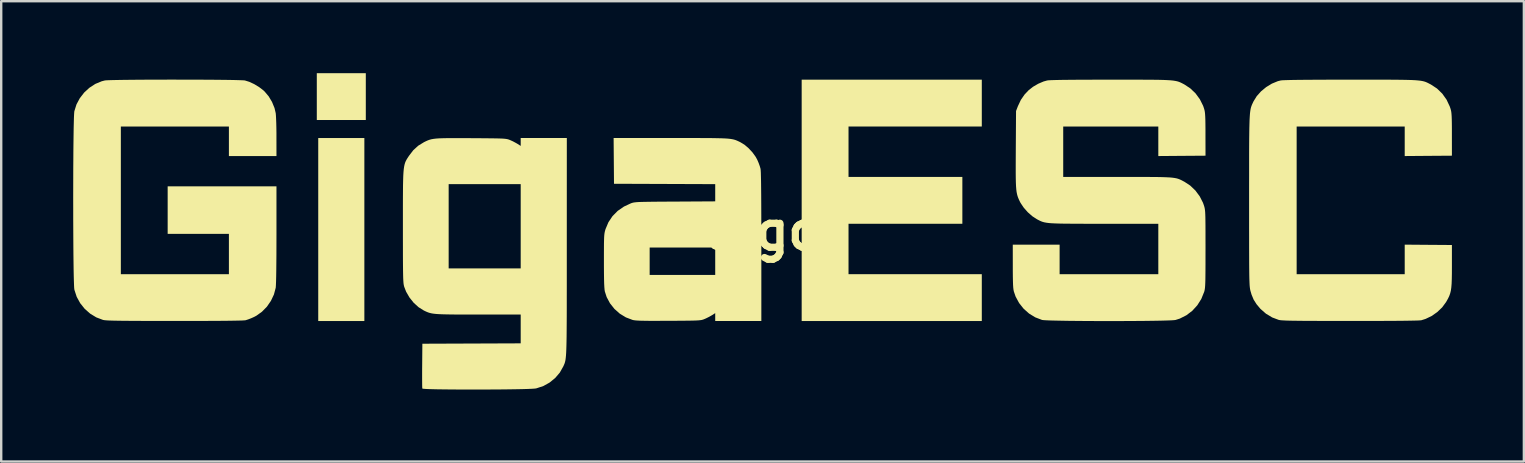
<source format=kicad_pcb>
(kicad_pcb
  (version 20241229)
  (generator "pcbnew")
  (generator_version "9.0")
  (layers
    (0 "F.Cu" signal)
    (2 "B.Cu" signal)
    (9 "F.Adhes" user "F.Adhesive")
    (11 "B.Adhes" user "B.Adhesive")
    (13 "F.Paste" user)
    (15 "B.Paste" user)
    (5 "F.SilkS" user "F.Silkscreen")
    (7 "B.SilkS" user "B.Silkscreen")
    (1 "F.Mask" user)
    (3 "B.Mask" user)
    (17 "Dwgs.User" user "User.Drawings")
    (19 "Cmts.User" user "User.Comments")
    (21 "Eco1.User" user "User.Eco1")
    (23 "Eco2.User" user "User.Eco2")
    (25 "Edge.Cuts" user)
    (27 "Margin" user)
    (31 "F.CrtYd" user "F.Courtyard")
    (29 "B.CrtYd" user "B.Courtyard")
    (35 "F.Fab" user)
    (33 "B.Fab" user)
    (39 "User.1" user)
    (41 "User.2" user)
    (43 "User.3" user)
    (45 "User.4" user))
  (footprint "logo"
    (layer "F.Cu")
    (at 28.737 6.575)
    (property "Reference" "logo" (at 0 0 0) (layer "F.SilkS") (effects (font (size 1.5 1.5) (thickness 0.3))))
    (attr board_only exclude_from_pos_files exclude_from_bom)
    (fp_poly (pts (xy -16.603 -0.06) (xy -16.603 3.753) (xy -17.564 3.753) (xy -18.525 3.753) (xy -18.525 -0.06) (xy -18.525 -3.873) (xy -17.564 -3.873) (xy -16.603 -3.873)) (stroke (width 0) (type solid)) (fill yes) (layer "F.SilkS"))
    (fp_poly (pts (xy -16.543 -5.599) (xy -16.543 -4.624) (xy -17.564 -4.624) (xy -18.585 -4.624) (xy -18.585 -5.599) (xy -18.585 -6.575) (xy -17.564 -6.575) (xy -16.543 -6.575)) (stroke (width 0) (type solid)) (fill yes) (layer "F.SilkS"))
    (fp_poly (pts (xy 9.127 -5.329) (xy 9.127 -4.353) (xy 6.35 -4.353) (xy 3.573 -4.353) (xy 3.573 -3.303) (xy 3.573 -2.252) (xy 5.945 -2.252) (xy 8.317 -2.252) (xy 8.317 -1.276) (xy 8.317 -0.3) (xy 5.945 -0.3) (xy 3.573 -0.3) (xy 3.573 0.751) (xy 3.573 1.801) (xy 6.35 1.801) (xy 9.127 1.801) (xy 9.127 2.777) (xy 9.127 3.753) (xy 5.374 3.753) (xy 1.621 3.753) (xy 1.621 -1.276) (xy 1.621 -6.305) (xy 5.374 -6.305) (xy 9.127 -6.305)) (stroke (width 0) (type solid)) (fill yes) (layer "F.SilkS"))
    (fp_poly (pts (xy -2.983 -3.873) (xy -2.644 -3.873) (xy -2.353 -3.871) (xy -2.104 -3.87) (xy -1.894 -3.866) (xy -1.719 -3.862) (xy -1.573 -3.856) (xy -1.452 -3.848) (xy -1.354 -3.837) (xy -1.272 -3.824) (xy -1.203 -3.809) (xy -1.142 -3.791) (xy -1.086 -3.769) (xy -1.029 -3.744) (xy -0.968 -3.715) (xy -0.934 -3.698) (xy -0.764 -3.595) (xy -0.592 -3.449) (xy -0.431 -3.276) (xy -0.298 -3.092) (xy -0.232 -2.972) (xy -0.176 -2.842) (xy -0.127 -2.708) (xy -0.095 -2.597) (xy -0.093 -2.588) (xy -0.087 -2.532) (xy -0.081 -2.427) (xy -0.077 -2.27) (xy -0.072 -2.061) (xy -0.069 -1.799) (xy -0.066 -1.483) (xy -0.064 -1.112) (xy -0.062 -0.684) (xy -0.061 -0.199) (xy -0.06 0.344) (xy -0.06 0.662) (xy -0.06 3.753) (xy -1.021 3.753) (xy -1.982 3.753) (xy -1.982 3.588) (xy -1.982 3.424) (xy -2.123 3.514) (xy -2.236 3.578) (xy -2.367 3.643) (xy -2.43 3.67) (xy -2.472 3.687) (xy -2.513 3.7) (xy -2.559 3.711) (xy -2.617 3.719) (xy -2.692 3.726) (xy -2.79 3.731) (xy -2.917 3.735) (xy -3.079 3.738) (xy -3.282 3.74) (xy -3.531 3.742) (xy -3.833 3.744) (xy -3.933 3.744) (xy -4.268 3.745) (xy -4.547 3.746) (xy -4.778 3.745) (xy -4.965 3.742) (xy -5.113 3.739) (xy -5.228 3.733) (xy -5.316 3.726) (xy -5.381 3.717) (xy -5.426 3.707) (xy -5.705 3.601) (xy -5.959 3.446) (xy -6.182 3.248) (xy -6.367 3.015) (xy -6.506 2.755) (xy -6.582 2.52) (xy -6.593 2.45) (xy -6.602 2.342) (xy -6.61 2.193) (xy -6.615 1.998) (xy -6.618 1.755) (xy -6.62 1.457) (xy -6.62 1.246) (xy -6.62 0.957) (xy -6.619 0.721) (xy -6.619 0.691) (xy -4.714 0.691) (xy -4.714 1.261) (xy -4.714 1.831) (xy -3.348 1.831) (xy -1.982 1.831) (xy -1.982 1.261) (xy -1.982 0.691) (xy -3.348 0.691) (xy -4.714 0.691) (xy -6.619 0.691) (xy -6.618 0.531) (xy -6.615 0.381) (xy -6.611 0.263) (xy -6.605 0.172) (xy -6.596 0.099) (xy -6.585 0.038) (xy -6.571 -0.017) (xy -6.554 -0.074) (xy -6.554 -0.075) (xy -6.433 -0.363) (xy -6.262 -0.618) (xy -6.046 -0.837) (xy -5.785 -1.017) (xy -5.504 -1.148) (xy -5.465 -1.163) (xy -5.426 -1.175) (xy -5.382 -1.185) (xy -5.327 -1.193) (xy -5.257 -1.2) (xy -5.166 -1.206) (xy -5.049 -1.21) (xy -4.901 -1.213) (xy -4.718 -1.216) (xy -4.493 -1.219) (xy -4.221 -1.221) (xy -3.898 -1.223) (xy -3.655 -1.224) (xy -1.982 -1.234) (xy -1.982 -1.592) (xy -1.982 -1.951) (xy -4.091 -1.959) (xy -6.2 -1.967) (xy -6.208 -2.92) (xy -6.216 -3.873) (xy -3.819 -3.873) (xy -3.373 -3.873)) (stroke (width 0) (type solid)) (fill yes) (layer "F.SilkS"))
    (fp_poly (pts (xy -24.263 -6.306) (xy -23.897 -6.306) (xy -23.538 -6.305) (xy -23.194 -6.303) (xy -22.869 -6.301) (xy -22.569 -6.298) (xy -22.298 -6.295) (xy -22.062 -6.291) (xy -21.867 -6.286) (xy -21.717 -6.281) (xy -21.618 -6.276) (xy -21.581 -6.272) (xy -21.395 -6.214) (xy -21.192 -6.119) (xy -20.992 -5.998) (xy -20.814 -5.862) (xy -20.759 -5.81) (xy -20.59 -5.61) (xy -20.45 -5.374) (xy -20.347 -5.123) (xy -20.297 -4.909) (xy -20.289 -4.82) (xy -20.282 -4.683) (xy -20.275 -4.507) (xy -20.27 -4.304) (xy -20.267 -4.085) (xy -20.267 -3.911) (xy -20.266 -3.122) (xy -21.257 -3.122) (xy -22.248 -3.122) (xy -22.248 -3.738) (xy -22.248 -4.353) (xy -24.499 -4.353) (xy -26.751 -4.353) (xy -26.751 -1.276) (xy -26.751 1.801) (xy -24.499 1.801) (xy -22.248 1.801) (xy -22.248 0.961) (xy -22.248 0.12) (xy -23.524 0.12) (xy -24.8 0.12) (xy -24.8 -0.871) (xy -24.8 -1.861) (xy -22.533 -1.861) (xy -20.266 -1.861) (xy -20.266 0.158) (xy -20.267 0.592) (xy -20.268 0.986) (xy -20.271 1.336) (xy -20.274 1.641) (xy -20.278 1.898) (xy -20.283 2.103) (xy -20.289 2.255) (xy -20.295 2.35) (xy -20.298 2.371) (xy -20.372 2.648) (xy -20.497 2.913) (xy -20.665 3.156) (xy -20.87 3.365) (xy -21.103 3.532) (xy -21.197 3.582) (xy -21.322 3.638) (xy -21.447 3.686) (xy -21.546 3.718) (xy -21.557 3.721) (xy -21.614 3.726) (xy -21.73 3.732) (xy -21.904 3.736) (xy -22.136 3.74) (xy -22.424 3.744) (xy -22.767 3.746) (xy -23.165 3.748) (xy -23.617 3.75) (xy -24.121 3.75) (xy -24.514 3.75) (xy -25.005 3.75) (xy -25.438 3.749) (xy -25.819 3.748) (xy -26.15 3.747) (xy -26.436 3.745) (xy -26.678 3.743) (xy -26.882 3.74) (xy -27.05 3.737) (xy -27.186 3.733) (xy -27.293 3.729) (xy -27.376 3.723) (xy -27.437 3.717) (xy -27.479 3.71) (xy -27.493 3.707) (xy -27.774 3.601) (xy -28.03 3.445) (xy -28.256 3.246) (xy -28.445 3.01) (xy -28.59 2.746) (xy -28.684 2.46) (xy -28.688 2.441) (xy -28.696 2.376) (xy -28.702 2.255) (xy -28.708 2.085) (xy -28.714 1.868) (xy -28.719 1.61) (xy -28.723 1.315) (xy -28.727 0.989) (xy -28.73 0.635) (xy -28.732 0.259) (xy -28.734 -0.134) (xy -28.736 -0.541) (xy -28.736 -0.956) (xy -28.737 -1.374) (xy -28.736 -1.792) (xy -28.735 -2.203) (xy -28.734 -2.605) (xy -28.731 -2.99) (xy -28.729 -3.356) (xy -28.725 -3.698) (xy -28.721 -4.01) (xy -28.717 -4.288) (xy -28.711 -4.527) (xy -28.706 -4.723) (xy -28.699 -4.871) (xy -28.692 -4.965) (xy -28.688 -4.993) (xy -28.6 -5.273) (xy -28.461 -5.533) (xy -28.279 -5.768) (xy -28.061 -5.968) (xy -27.815 -6.128) (xy -27.547 -6.239) (xy -27.418 -6.272) (xy -27.359 -6.278) (xy -27.245 -6.283) (xy -27.083 -6.288) (xy -26.876 -6.292) (xy -26.63 -6.296) (xy -26.35 -6.299) (xy -26.042 -6.302) (xy -25.712 -6.304) (xy -25.363 -6.305) (xy -25.002 -6.306) (xy -24.634 -6.307)) (stroke (width 0) (type solid)) (fill yes) (layer "F.SilkS"))
    (fp_poly (pts (xy 25.423 -6.305) (xy 25.8 -6.305) (xy 26.128 -6.304) (xy 26.412 -6.302) (xy 26.655 -6.299) (xy 26.862 -6.295) (xy 27.037 -6.29) (xy 27.182 -6.283) (xy 27.303 -6.273) (xy 27.403 -6.262) (xy 27.486 -6.248) (xy 27.556 -6.232) (xy 27.617 -6.212) (xy 27.673 -6.189) (xy 27.727 -6.163) (xy 27.784 -6.133) (xy 27.844 -6.102) (xy 28.098 -5.935) (xy 28.316 -5.723) (xy 28.495 -5.472) (xy 28.629 -5.186) (xy 28.662 -5.089) (xy 28.678 -5.029) (xy 28.691 -4.964) (xy 28.7 -4.884) (xy 28.707 -4.783) (xy 28.712 -4.652) (xy 28.715 -4.485) (xy 28.717 -4.272) (xy 28.717 -4.023) (xy 28.718 -3.137) (xy 27.734 -3.13) (xy 26.751 -3.122) (xy 26.751 -3.738) (xy 26.751 -4.353) (xy 24.499 -4.353) (xy 22.248 -4.353) (xy 22.248 -1.276) (xy 22.248 1.801) (xy 24.499 1.801) (xy 26.751 1.801) (xy 26.751 1.186) (xy 26.751 0.57) (xy 27.734 0.578) (xy 28.718 0.585) (xy 28.718 1.471) (xy 28.717 1.761) (xy 28.713 1.999) (xy 28.706 2.194) (xy 28.693 2.354) (xy 28.674 2.487) (xy 28.646 2.601) (xy 28.609 2.706) (xy 28.561 2.808) (xy 28.501 2.917) (xy 28.471 2.968) (xy 28.311 3.185) (xy 28.107 3.38) (xy 27.872 3.544) (xy 27.621 3.665) (xy 27.442 3.721) (xy 27.385 3.726) (xy 27.268 3.732) (xy 27.094 3.736) (xy 26.862 3.74) (xy 26.575 3.744) (xy 26.231 3.746) (xy 25.833 3.748) (xy 25.382 3.75) (xy 24.877 3.75) (xy 24.484 3.75) (xy 23.996 3.75) (xy 23.565 3.749) (xy 23.186 3.748) (xy 22.857 3.747) (xy 22.573 3.746) (xy 22.332 3.743) (xy 22.129 3.741) (xy 21.962 3.738) (xy 21.825 3.734) (xy 21.717 3.729) (xy 21.633 3.724) (xy 21.57 3.718) (xy 21.525 3.711) (xy 21.501 3.706) (xy 21.227 3.603) (xy 20.971 3.449) (xy 20.746 3.253) (xy 20.739 3.246) (xy 20.576 3.052) (xy 20.456 2.862) (xy 20.369 2.653) (xy 20.325 2.504) (xy 20.316 2.468) (xy 20.308 2.43) (xy 20.301 2.387) (xy 20.295 2.335) (xy 20.289 2.272) (xy 20.285 2.194) (xy 20.281 2.098) (xy 20.277 1.979) (xy 20.274 1.836) (xy 20.272 1.663) (xy 20.27 1.459) (xy 20.269 1.219) (xy 20.268 0.94) (xy 20.267 0.618) (xy 20.267 0.251) (xy 20.266 -0.165) (xy 20.266 -0.633) (xy 20.266 -1.158) (xy 20.266 -1.273) (xy 20.266 -1.823) (xy 20.267 -2.317) (xy 20.267 -2.757) (xy 20.267 -3.148) (xy 20.268 -3.492) (xy 20.27 -3.793) (xy 20.273 -4.054) (xy 20.276 -4.279) (xy 20.281 -4.471) (xy 20.286 -4.634) (xy 20.294 -4.771) (xy 20.302 -4.885) (xy 20.313 -4.98) (xy 20.325 -5.059) (xy 20.339 -5.126) (xy 20.356 -5.183) (xy 20.375 -5.235) (xy 20.396 -5.285) (xy 20.42 -5.336) (xy 20.446 -5.391) (xy 20.451 -5.402) (xy 20.583 -5.616) (xy 20.762 -5.817) (xy 20.976 -5.994) (xy 21.213 -6.139) (xy 21.46 -6.241) (xy 21.581 -6.272) (xy 21.64 -6.279) (xy 21.75 -6.284) (xy 21.914 -6.289) (xy 22.131 -6.294) (xy 22.402 -6.297) (xy 22.73 -6.3) (xy 23.113 -6.302) (xy 23.554 -6.304) (xy 24.054 -6.305) (xy 24.509 -6.305) (xy 24.994 -6.305)) (stroke (width 0) (type solid)) (fill yes) (layer "F.SilkS"))
    (fp_poly (pts (xy -8.167 0.638) (xy -8.167 1.257) (xy -8.167 1.819) (xy -8.167 2.328) (xy -8.168 2.784) (xy -8.168 3.193) (xy -8.169 3.557) (xy -8.171 3.878) (xy -8.173 4.16) (xy -8.175 4.405) (xy -8.179 4.617) (xy -8.183 4.799) (xy -8.188 4.953) (xy -8.194 5.082) (xy -8.201 5.19) (xy -8.21 5.28) (xy -8.219 5.354) (xy -8.23 5.415) (xy -8.243 5.466) (xy -8.256 5.511) (xy -8.272 5.551) (xy -8.289 5.591) (xy -8.308 5.633) (xy -8.315 5.648) (xy -8.459 5.903) (xy -8.651 6.127) (xy -8.882 6.316) (xy -9.142 6.461) (xy -9.424 6.555) (xy -9.454 6.562) (xy -9.521 6.57) (xy -9.639 6.577) (xy -9.802 6.584) (xy -10.006 6.59) (xy -10.244 6.595) (xy -10.51 6.599) (xy -10.8 6.603) (xy -11.108 6.605) (xy -11.427 6.607) (xy -11.753 6.608) (xy -12.081 6.609) (xy -12.403 6.608) (xy -12.716 6.607) (xy -13.013 6.605) (xy -13.289 6.602) (xy -13.538 6.599) (xy -13.755 6.594) (xy -13.934 6.589) (xy -14.069 6.582) (xy -14.156 6.575) (xy -14.188 6.567) (xy -14.191 6.529) (xy -14.194 6.438) (xy -14.195 6.302) (xy -14.196 6.13) (xy -14.196 5.928) (xy -14.195 5.705) (xy -14.194 5.614) (xy -14.186 4.699) (xy -12.137 4.691) (xy -10.088 4.683) (xy -10.088 4.083) (xy -10.088 3.483) (xy -11.853 3.483) (xy -12.241 3.483) (xy -12.574 3.482) (xy -12.857 3.481) (xy -13.095 3.478) (xy -13.294 3.474) (xy -13.458 3.468) (xy -13.593 3.46) (xy -13.703 3.449) (xy -13.795 3.435) (xy -13.873 3.417) (xy -13.941 3.396) (xy -14.006 3.37) (xy -14.072 3.34) (xy -14.129 3.312) (xy -14.346 3.176) (xy -14.548 2.992) (xy -14.723 2.773) (xy -14.863 2.531) (xy -14.942 2.327) (xy -14.952 2.29) (xy -14.961 2.249) (xy -14.969 2.2) (xy -14.975 2.137) (xy -14.98 2.058) (xy -14.985 1.956) (xy -14.988 1.829) (xy -14.991 1.673) (xy -14.993 1.482) (xy -14.995 1.252) (xy -14.996 0.981) (xy -14.996 0.662) (xy -14.997 0.292) (xy -14.997 -0.134) (xy -14.997 -0.18) (xy -14.997 -0.63) (xy -14.997 -1.025) (xy -14.996 -1.368) (xy -14.994 -1.664) (xy -14.992 -1.917) (xy -14.991 -1.952) (xy -13.09 -1.952) (xy -13.09 -0.195) (xy -13.09 1.561) (xy -11.589 1.561) (xy -10.088 1.561) (xy -10.088 -0.195) (xy -10.088 -1.952) (xy -11.589 -1.952) (xy -13.09 -1.952) (xy -14.991 -1.952) (xy -14.987 -2.131) (xy -14.981 -2.311) (xy -14.972 -2.461) (xy -14.96 -2.585) (xy -14.945 -2.687) (xy -14.927 -2.772) (xy -14.905 -2.845) (xy -14.879 -2.908) (xy -14.848 -2.968) (xy -14.812 -3.027) (xy -14.771 -3.09) (xy -14.743 -3.132) (xy -14.564 -3.366) (xy -14.36 -3.552) (xy -14.117 -3.701) (xy -14.107 -3.706) (xy -14.031 -3.743) (xy -13.959 -3.775) (xy -13.887 -3.801) (xy -13.809 -3.822) (xy -13.718 -3.838) (xy -13.61 -3.851) (xy -13.478 -3.86) (xy -13.316 -3.865) (xy -13.119 -3.869) (xy -12.881 -3.87) (xy -12.597 -3.869) (xy -12.26 -3.868) (xy -12.141 -3.867) (xy -11.81 -3.865) (xy -11.533 -3.863) (xy -11.305 -3.86) (xy -11.12 -3.858) (xy -10.973 -3.854) (xy -10.858 -3.85) (xy -10.769 -3.844) (xy -10.701 -3.836) (xy -10.649 -3.827) (xy -10.606 -3.816) (xy -10.567 -3.802) (xy -10.537 -3.791) (xy -10.413 -3.735) (xy -10.286 -3.667) (xy -10.229 -3.634) (xy -10.088 -3.544) (xy -10.088 -3.709) (xy -10.088 -3.873) (xy -9.127 -3.873) (xy -8.166 -3.873)) (stroke (width 0) (type solid)) (fill yes) (layer "F.SilkS"))
    (fp_poly (pts (xy 15.377 -6.305) (xy 15.731 -6.304) (xy 16.036 -6.303) (xy 16.298 -6.301) (xy 16.521 -6.298) (xy 16.709 -6.293) (xy 16.866 -6.286) (xy 16.996 -6.278) (xy 17.104 -6.267) (xy 17.193 -6.253) (xy 17.268 -6.237) (xy 17.332 -6.218) (xy 17.391 -6.195) (xy 17.448 -6.168) (xy 17.507 -6.138) (xy 17.571 -6.104) (xy 17.818 -5.941) (xy 18.035 -5.733) (xy 18.215 -5.487) (xy 18.351 -5.214) (xy 18.393 -5.089) (xy 18.409 -5.029) (xy 18.422 -4.961) (xy 18.431 -4.878) (xy 18.438 -4.772) (xy 18.443 -4.636) (xy 18.446 -4.462) (xy 18.448 -4.241) (xy 18.448 -4.023) (xy 18.45 -3.137) (xy 17.466 -3.13) (xy 16.483 -3.122) (xy 16.483 -3.738) (xy 16.483 -4.353) (xy 14.501 -4.353) (xy 12.52 -4.353) (xy 12.52 -3.303) (xy 12.52 -2.252) (xy 14.781 -2.252) (xy 15.216 -2.252) (xy 15.596 -2.252) (xy 15.924 -2.251) (xy 16.205 -2.25) (xy 16.444 -2.248) (xy 16.646 -2.244) (xy 16.814 -2.238) (xy 16.953 -2.231) (xy 17.067 -2.221) (xy 17.162 -2.208) (xy 17.241 -2.193) (xy 17.308 -2.174) (xy 17.369 -2.151) (xy 17.428 -2.125) (xy 17.488 -2.094) (xy 17.555 -2.058) (xy 17.57 -2.051) (xy 17.812 -1.892) (xy 18.028 -1.686) (xy 18.208 -1.444) (xy 18.344 -1.177) (xy 18.383 -1.067) (xy 18.398 -1.019) (xy 18.41 -0.973) (xy 18.42 -0.923) (xy 18.428 -0.863) (xy 18.435 -0.788) (xy 18.44 -0.693) (xy 18.444 -0.572) (xy 18.446 -0.421) (xy 18.448 -0.233) (xy 18.449 -0.003) (xy 18.449 0.273) (xy 18.45 0.603) (xy 18.45 0.751) (xy 18.449 1.105) (xy 18.449 1.406) (xy 18.448 1.656) (xy 18.446 1.863) (xy 18.444 2.03) (xy 18.44 2.164) (xy 18.435 2.27) (xy 18.429 2.352) (xy 18.421 2.417) (xy 18.412 2.47) (xy 18.401 2.515) (xy 18.394 2.537) (xy 18.274 2.834) (xy 18.107 3.098) (xy 17.899 3.326) (xy 17.655 3.512) (xy 17.38 3.651) (xy 17.203 3.708) (xy 17.142 3.716) (xy 17.027 3.724) (xy 16.862 3.73) (xy 16.654 3.736) (xy 16.407 3.741) (xy 16.128 3.745) (xy 15.821 3.749) (xy 15.493 3.751) (xy 15.148 3.753) (xy 14.792 3.754) (xy 14.43 3.755) (xy 14.069 3.754) (xy 13.712 3.753) (xy 13.366 3.751) (xy 13.037 3.748) (xy 12.729 3.745) (xy 12.448 3.74) (xy 12.199 3.735) (xy 11.989 3.73) (xy 11.821 3.723) (xy 11.703 3.716) (xy 11.639 3.708) (xy 11.636 3.707) (xy 11.354 3.599) (xy 11.096 3.441) (xy 10.869 3.239) (xy 10.68 3.001) (xy 10.536 2.734) (xy 10.463 2.522) (xy 10.449 2.456) (xy 10.438 2.367) (xy 10.43 2.249) (xy 10.425 2.096) (xy 10.421 1.9) (xy 10.419 1.655) (xy 10.419 1.464) (xy 10.418 0.57) (xy 11.394 0.57) (xy 12.37 0.57) (xy 12.37 1.186) (xy 12.37 1.801) (xy 14.426 1.801) (xy 16.483 1.801) (xy 16.483 0.751) (xy 16.483 -0.3) (xy 14.223 -0.3) (xy 13.784 -0.3) (xy 13.401 -0.3) (xy 13.069 -0.301) (xy 12.784 -0.303) (xy 12.542 -0.305) (xy 12.337 -0.309) (xy 12.167 -0.315) (xy 12.025 -0.322) (xy 11.909 -0.332) (xy 11.813 -0.345) (xy 11.733 -0.36) (xy 11.665 -0.378) (xy 11.605 -0.4) (xy 11.547 -0.426) (xy 11.488 -0.456) (xy 11.426 -0.488) (xy 11.234 -0.613) (xy 11.045 -0.779) (xy 10.876 -0.97) (xy 10.743 -1.167) (xy 10.71 -1.231) (xy 10.673 -1.31) (xy 10.642 -1.383) (xy 10.616 -1.457) (xy 10.595 -1.536) (xy 10.577 -1.627) (xy 10.564 -1.733) (xy 10.554 -1.862) (xy 10.547 -2.018) (xy 10.543 -2.206) (xy 10.541 -2.433) (xy 10.541 -2.703) (xy 10.542 -3.022) (xy 10.544 -3.396) (xy 10.544 -3.408) (xy 10.554 -4.999) (xy 10.631 -5.199) (xy 10.755 -5.462) (xy 10.91 -5.687) (xy 11.082 -5.868) (xy 11.264 -6.01) (xy 11.477 -6.134) (xy 11.699 -6.229) (xy 11.853 -6.272) (xy 11.915 -6.279) (xy 12.031 -6.285) (xy 12.202 -6.29) (xy 12.427 -6.295) (xy 12.709 -6.298) (xy 13.048 -6.301) (xy 13.444 -6.303) (xy 13.899 -6.304) (xy 14.413 -6.305) (xy 14.512 -6.305) (xy 14.972 -6.305)) (stroke (width 0) (type solid)) (fill yes) (layer "F.SilkS")))
  (gr_rect
    (start -3 -3)
    (end 60.454 16.184)
    (stroke (width 0.1) (type default))
    (fill no)
    (layer "Edge.Cuts")))
</source>
